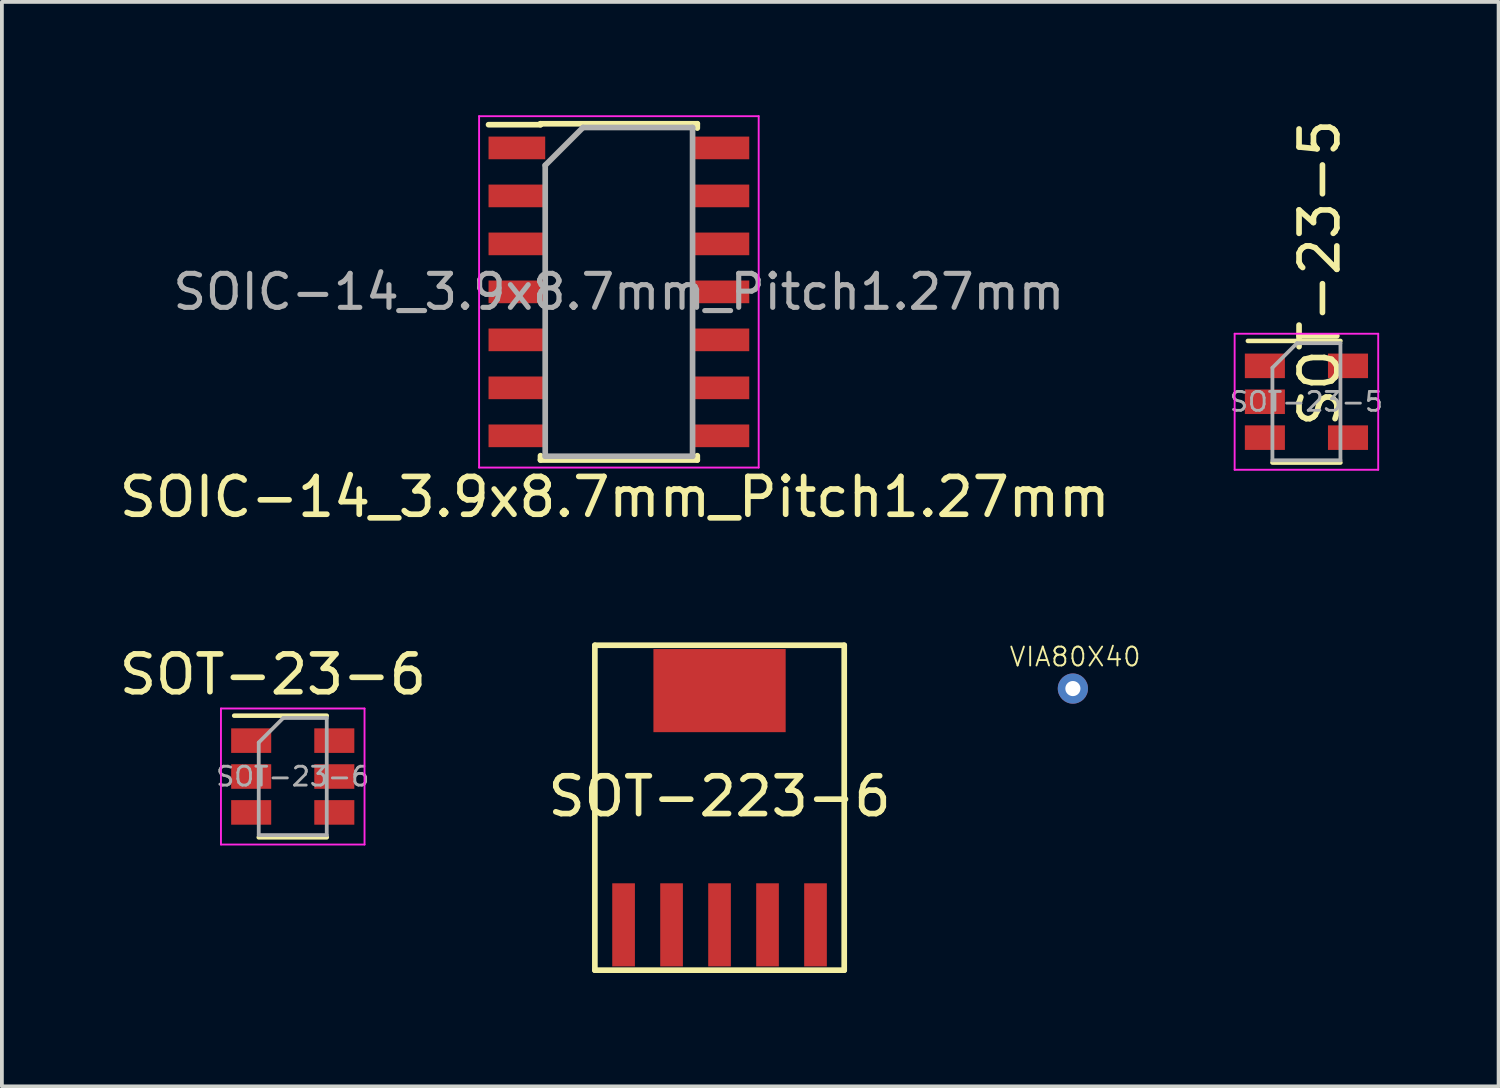
<source format=kicad_pcb>
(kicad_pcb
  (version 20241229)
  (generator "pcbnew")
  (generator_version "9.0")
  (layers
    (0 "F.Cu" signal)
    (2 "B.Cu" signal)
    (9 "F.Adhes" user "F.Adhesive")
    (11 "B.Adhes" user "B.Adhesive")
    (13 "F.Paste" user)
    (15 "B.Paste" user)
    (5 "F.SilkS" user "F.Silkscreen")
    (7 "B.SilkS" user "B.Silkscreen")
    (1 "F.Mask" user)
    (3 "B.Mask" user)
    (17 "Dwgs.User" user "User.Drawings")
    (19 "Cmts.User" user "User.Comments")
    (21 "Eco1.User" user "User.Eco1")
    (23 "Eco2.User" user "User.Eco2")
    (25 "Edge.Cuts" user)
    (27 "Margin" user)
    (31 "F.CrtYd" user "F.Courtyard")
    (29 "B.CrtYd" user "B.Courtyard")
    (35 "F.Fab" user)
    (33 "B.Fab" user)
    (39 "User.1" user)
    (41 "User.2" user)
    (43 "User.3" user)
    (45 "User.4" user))
  (footprint "SOIC-14_3.9x8.7mm_Pitch1.27mm"
    (layer "F.Cu")
    (at 13.33 4.675)
    (property "Reference" "SOIC-14_3.9x8.7mm_Pitch1.27mm" (at -0.11 5.43 0) (layer "F.SilkS") (effects (font (size 1 1) (thickness 0.15))))
    (attr smd)
    (fp_line (start -2.075 -4.45) (end -2.075 -4.425) (stroke (width 0.15) (type solid)) (layer "F.SilkS"))
    (fp_line (start -2.075 -4.45) (end 2.075 -4.45) (stroke (width 0.15) (type solid)) (layer "F.SilkS"))
    (fp_line (start -2.075 -4.425) (end -3.45 -4.425) (stroke (width 0.15) (type solid)) (layer "F.SilkS"))
    (fp_line (start -2.075 4.45) (end -2.075 4.335) (stroke (width 0.15) (type solid)) (layer "F.SilkS"))
    (fp_line (start -2.075 4.45) (end 2.075 4.45) (stroke (width 0.15) (type solid)) (layer "F.SilkS"))
    (fp_line (start 2.075 -4.45) (end 2.075 -4.335) (stroke (width 0.15) (type solid)) (layer "F.SilkS"))
    (fp_line (start 2.075 4.45) (end 2.075 4.335) (stroke (width 0.15) (type solid)) (layer "F.SilkS"))
    (fp_line (start -3.7 -4.65) (end -3.7 4.65) (stroke (width 0.05) (type solid)) (layer "F.CrtYd"))
    (fp_line (start -3.7 -4.65) (end 3.7 -4.65) (stroke (width 0.05) (type solid)) (layer "F.CrtYd"))
    (fp_line (start -3.7 4.65) (end 3.7 4.65) (stroke (width 0.05) (type solid)) (layer "F.CrtYd"))
    (fp_line (start 3.7 -4.65) (end 3.7 4.65) (stroke (width 0.05) (type solid)) (layer "F.CrtYd"))
    (fp_line (start -1.95 -3.35) (end -0.95 -4.35) (stroke (width 0.15) (type solid)) (layer "F.Fab"))
    (fp_line (start -1.95 4.35) (end -1.95 -3.35) (stroke (width 0.15) (type solid)) (layer "F.Fab"))
    (fp_line (start -0.95 -4.35) (end 1.95 -4.35) (stroke (width 0.15) (type solid)) (layer "F.Fab"))
    (fp_line (start 1.95 -4.35) (end 1.95 4.35) (stroke (width 0.15) (type solid)) (layer "F.Fab"))
    (fp_line (start 1.95 4.35) (end -1.95 4.35) (stroke (width 0.15) (type solid)) (layer "F.Fab"))
    (fp_text user "${REFERENCE}" (at 0 0 0) (layer "F.Fab") (effects (font (size 0.9 0.9) (thickness 0.135))))
    (pad "1" smd rect (at -2.7 -3.81) (size 1.5 0.6) (layers "F.Cu" "F.Mask" "F.Paste"))
    (pad "2" smd rect (at -2.7 -2.54) (size 1.5 0.6) (layers "F.Cu" "F.Mask" "F.Paste"))
    (pad "3" smd rect (at -2.7 -1.27) (size 1.5 0.6) (layers "F.Cu" "F.Mask" "F.Paste"))
    (pad "4" smd rect (at -2.7 0) (size 1.5 0.6) (layers "F.Cu" "F.Mask" "F.Paste"))
    (pad "5" smd rect (at -2.7 1.27) (size 1.5 0.6) (layers "F.Cu" "F.Mask" "F.Paste"))
    (pad "6" smd rect (at -2.7 2.54) (size 1.5 0.6) (layers "F.Cu" "F.Mask" "F.Paste"))
    (pad "7" smd rect (at -2.7 3.81) (size 1.5 0.6) (layers "F.Cu" "F.Mask" "F.Paste"))
    (pad "8" smd rect (at 2.7 3.81) (size 1.5 0.6) (layers "F.Cu" "F.Mask" "F.Paste"))
    (pad "9" smd rect (at 2.7 2.54) (size 1.5 0.6) (layers "F.Cu" "F.Mask" "F.Paste"))
    (pad "10" smd rect (at 2.7 1.27) (size 1.5 0.6) (layers "F.Cu" "F.Mask" "F.Paste"))
    (pad "11" smd rect (at 2.7 0) (size 1.5 0.6) (layers "F.Cu" "F.Mask" "F.Paste"))
    (pad "12" smd rect (at 2.7 -1.27) (size 1.5 0.6) (layers "F.Cu" "F.Mask" "F.Paste"))
    (pad "13" smd rect (at 2.7 -2.54) (size 1.5 0.6) (layers "F.Cu" "F.Mask" "F.Paste"))
    (pad "14" smd rect (at 2.7 -3.81) (size 1.5 0.6) (layers "F.Cu" "F.Mask" "F.Paste")))
  (footprint "SOT-23-6"
    (layer "F.Cu")
    (at 4.698 17.502)
    (property "Reference" "SOT-23-6" (at -0.525 -2.7 0) (layer "F.SilkS") (effects (font (size 1 1) (thickness 0.15))))
    (attr smd)
    (fp_line (start -0.9 1.61) (end 0.9 1.61) (stroke (width 0.12) (type solid)) (layer "F.SilkS"))
    (fp_line (start 0.9 -1.61) (end -1.55 -1.61) (stroke (width 0.12) (type solid)) (layer "F.SilkS"))
    (fp_line (start -1.9 -1.8) (end -1.9 1.8) (stroke (width 0.05) (type solid)) (layer "F.CrtYd"))
    (fp_line (start -1.9 1.8) (end 1.9 1.8) (stroke (width 0.05) (type solid)) (layer "F.CrtYd"))
    (fp_line (start 1.9 -1.8) (end -1.9 -1.8) (stroke (width 0.05) (type solid)) (layer "F.CrtYd"))
    (fp_line (start 1.9 1.8) (end 1.9 -1.8) (stroke (width 0.05) (type solid)) (layer "F.CrtYd"))
    (fp_line (start -0.9 -0.9) (end -0.9 1.55) (stroke (width 0.1) (type solid)) (layer "F.Fab"))
    (fp_line (start -0.9 -0.9) (end -0.25 -1.55) (stroke (width 0.1) (type solid)) (layer "F.Fab"))
    (fp_line (start 0.9 -1.55) (end -0.25 -1.55) (stroke (width 0.1) (type solid)) (layer "F.Fab"))
    (fp_line (start 0.9 -1.55) (end 0.9 1.55) (stroke (width 0.1) (type solid)) (layer "F.Fab"))
    (fp_line (start 0.9 1.55) (end -0.9 1.55) (stroke (width 0.1) (type solid)) (layer "F.Fab"))
    (fp_text user "${REFERENCE}" (at 0 0 0) (layer "F.Fab") (effects (font (size 0.5 0.5) (thickness 0.075))))
    (pad "1" smd rect (at -1.1 -0.95) (size 1.06 0.65) (layers "F.Cu" "F.Mask" "F.Paste"))
    (pad "2" smd rect (at -1.1 0) (size 1.06 0.65) (layers "F.Cu" "F.Mask" "F.Paste"))
    (pad "3" smd rect (at -1.1 0.95) (size 1.06 0.65) (layers "F.Cu" "F.Mask" "F.Paste"))
    (pad "4" smd rect (at 1.1 0.95) (size 1.06 0.65) (layers "F.Cu" "F.Mask" "F.Paste"))
    (pad "5" smd rect (at 1.1 0) (size 1.06 0.65) (layers "F.Cu" "F.Mask" "F.Paste"))
    (pad "6" smd rect (at 1.1 -0.95) (size 1.06 0.65) (layers "F.Cu" "F.Mask" "F.Paste")))
  (footprint "SOT-223-6"
    (layer "F.Cu")
    (at 15.994 21.428)
    (property "Reference" "SOT-223-6" (at 0 -3.4 0) (layer "F.SilkS") (effects (font (size 1 1) (thickness 0.15))))
    (attr smd)
    (fp_line (start -3.3 -7.4) (end 3.3 -7.4) (stroke (width 0.15) (type solid)) (layer "F.SilkS"))
    (fp_line (start -3.3 1.2) (end -3.3 -7.4) (stroke (width 0.15) (type solid)) (layer "F.SilkS"))
    (fp_line (start -3.3 1.2) (end 3.3 1.2) (stroke (width 0.15) (type solid)) (layer "F.SilkS"))
    (fp_line (start 3.3 1.2) (end 3.3 -7.4) (stroke (width 0.15) (type solid)) (layer "F.SilkS"))
    (pad "1" smd rect (at -2.54 0) (size 0.6 2.2) (layers "F.Cu" "F.Mask" "F.Paste"))
    (pad "2" smd rect (at -1.27 0) (size 0.6 2.2) (layers "F.Cu" "F.Mask" "F.Paste"))
    (pad "3" smd rect (at 0 0) (size 0.6 2.2) (layers "F.Cu" "F.Mask" "F.Paste"))
    (pad "4" smd rect (at 1.27 0) (size 0.6 2.2) (layers "F.Cu" "F.Mask" "F.Paste"))
    (pad "5" smd rect (at 2.54 0) (size 0.6 2.2) (layers "F.Cu" "F.Mask" "F.Paste"))
    (pad "6" smd rect (at 0 -6.2) (size 3.5 2.2) (layers "F.Cu" "F.Mask" "F.Paste")))
  (footprint "VIA80X40"
    (layer "F.Cu")
    (at 25.346 15.174)
    (property "Reference" "VIA80X40" (at 0.06 -0.84 0) (layer "F.SilkS") (effects (font (size 0.5 0.5) (thickness 0.05))))
    (attr through_hole)
    (pad "1" thru_hole circle (at 0 0) (size 0.8 0.8) (drill 0.4) (layers "*.Cu" "*.Mask")))
  (footprint "SOT-23-5"
    (layer "F.Cu")
    (at 31.527 7.583)
    (property "Reference" "SOT-23-5" (at 0.35 -3.41 90) (layer "F.SilkS") (effects (font (size 1 1) (thickness 0.15))))
    (attr smd)
    (fp_line (start -0.9 1.61) (end 0.9 1.61) (stroke (width 0.12) (type solid)) (layer "F.SilkS"))
    (fp_line (start 0.9 -1.61) (end -1.55 -1.61) (stroke (width 0.12) (type solid)) (layer "F.SilkS"))
    (fp_line (start -1.9 -1.8) (end 1.9 -1.8) (stroke (width 0.05) (type solid)) (layer "F.CrtYd"))
    (fp_line (start -1.9 1.8) (end -1.9 -1.8) (stroke (width 0.05) (type solid)) (layer "F.CrtYd"))
    (fp_line (start 1.9 -1.8) (end 1.9 1.8) (stroke (width 0.05) (type solid)) (layer "F.CrtYd"))
    (fp_line (start 1.9 1.8) (end -1.9 1.8) (stroke (width 0.05) (type solid)) (layer "F.CrtYd"))
    (fp_line (start -0.9 -0.9) (end -0.9 1.55) (stroke (width 0.1) (type solid)) (layer "F.Fab"))
    (fp_line (start -0.9 -0.9) (end -0.25 -1.55) (stroke (width 0.1) (type solid)) (layer "F.Fab"))
    (fp_line (start 0.9 -1.55) (end -0.25 -1.55) (stroke (width 0.1) (type solid)) (layer "F.Fab"))
    (fp_line (start 0.9 -1.55) (end 0.9 1.55) (stroke (width 0.1) (type solid)) (layer "F.Fab"))
    (fp_line (start 0.9 1.55) (end -0.9 1.55) (stroke (width 0.1) (type solid)) (layer "F.Fab"))
    (fp_text user "${REFERENCE}" (at 0 0 0) (layer "F.Fab") (effects (font (size 0.5 0.5) (thickness 0.075))))
    (pad "1" smd rect (at -1.1 -0.95) (size 1.06 0.65) (layers "F.Cu" "F.Mask" "F.Paste"))
    (pad "2" smd rect (at -1.1 0) (size 1.06 0.65) (layers "F.Cu" "F.Mask" "F.Paste"))
    (pad "3" smd rect (at -1.1 0.95) (size 1.06 0.65) (layers "F.Cu" "F.Mask" "F.Paste"))
    (pad "4" smd rect (at 1.1 0.95) (size 1.06 0.65) (layers "F.Cu" "F.Mask" "F.Paste"))
    (pad "5" smd rect (at 1.1 -0.95) (size 1.06 0.65) (layers "F.Cu" "F.Mask" "F.Paste")))
  (gr_rect
    (start -3 -3)
    (end 36.613 25.703)
    (stroke (width 0.1) (type default))
    (fill no)
    (layer "Edge.Cuts")))
</source>
